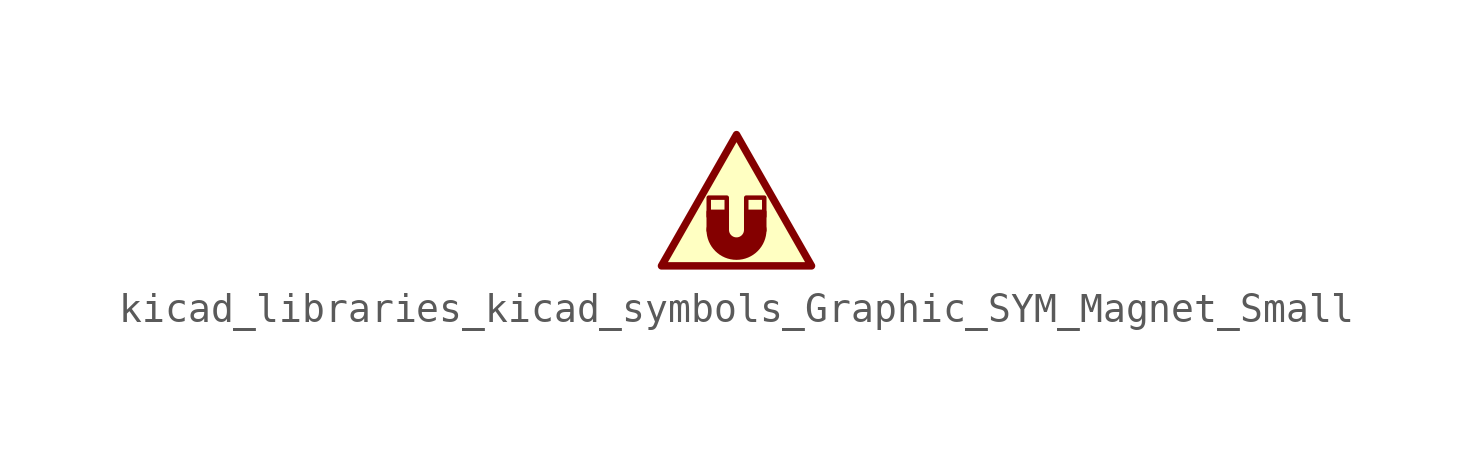
<source format=kicad_sym>
(kicad_symbol_lib
  (version 20220914)
  (generator kicad_symbol_editor)
  (symbol "kicad_libraries_kicad_symbols_Graphic_SYM_Magnet_Small"
    (property "Reference" "#SYM"
      (at 0 3.556 0)
      (effects (font (size 1.27 1.27)) hide))
    (symbol "kicad_libraries_kicad_symbols_Graphic_SYM_Magnet_Small_0_1"
      (rectangle (start -0.94 -0.711) (end -0.33 -0.076) (stroke (width 0) (type default)) (fill (type outline)))
      (rectangle (start -0.94 -0.229) (end -0.33 0.406) (stroke (width 0) (type default)) (fill (type background)))
      (arc (start -0.635 -0.6858) (mid 0 -1.3181) (end 0.635 -0.6858) (stroke (width 0.762) (type default)) (fill (type none)))
      (polyline (pts (xy -2.54 -1.905) (xy 2.54 -1.905) (xy 0 2.54) (xy -2.54 -1.905)) (stroke (width 0.254) (type default)) (fill (type background)))
      (rectangle (start 0.33 -0.711) (end 0.94 -0.076) (stroke (width 0) (type default)) (fill (type outline)))
      (rectangle (start 0.33 -0.229) (end 0.94 0.406) (stroke (width 0) (type default)) (fill (type background))))))
</source>
